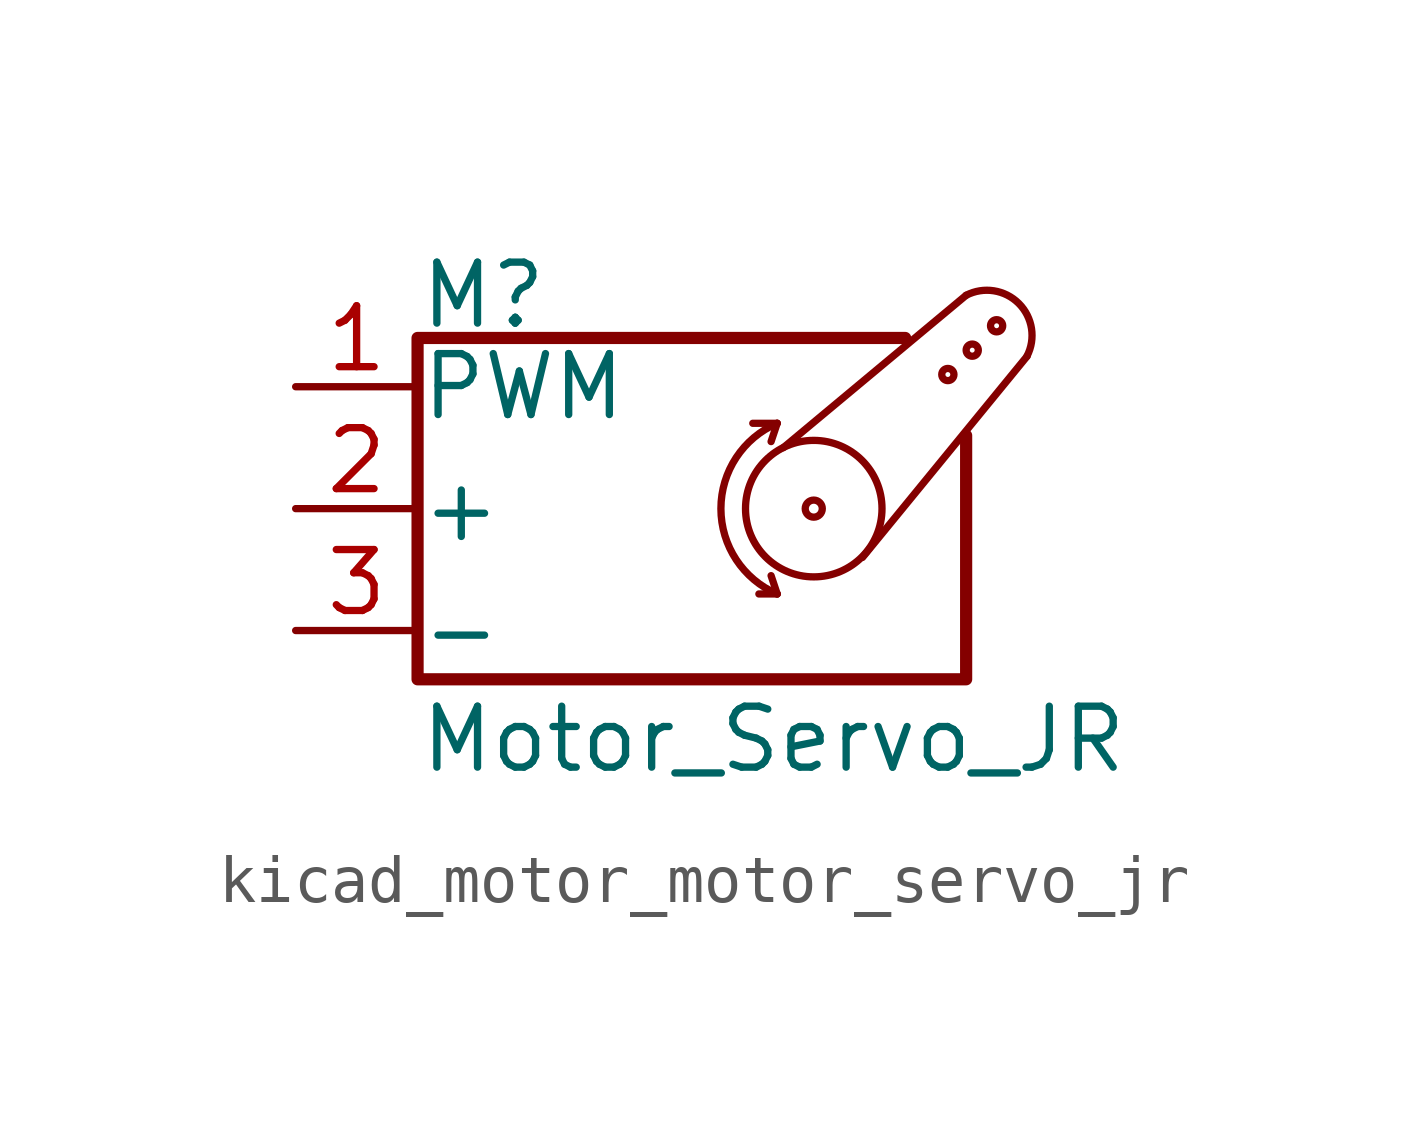
<source format=kicad_sym>
(kicad_symbol_lib
  (version 20220914)
  (generator kicad_symbol_editor)
  (symbol "kicad_motor_motor_servo_jr"
    (pin_names
      (offset 0.025))
    (property "Reference" "M"
      (at -5.08 4.445 0)
      (effects (font (size 1.27 1.27)) (justify left)))
    (property "Value" "Motor_Servo_JR"
      (at -5.08 -4.064 0)
      (effects (font (size 1.27 1.27)) (justify left top)))
    (symbol "kicad_motor_motor_servo_jr_0_1"
      (polyline (pts (xy 2.413 -1.778) (xy 2.032 -1.778)) (stroke (width 0) (type default)) (fill (type none)))
      (polyline (pts (xy 2.413 -1.778) (xy 2.286 -1.397)) (stroke (width 0) (type default)) (fill (type none)))
      (polyline (pts (xy 2.413 1.778) (xy 1.905 1.778)) (stroke (width 0) (type default)) (fill (type none)))
      (polyline (pts (xy 2.413 1.778) (xy 2.286 1.397)) (stroke (width 0) (type default)) (fill (type none)))
      (polyline (pts (xy 6.35 4.445) (xy 2.54 1.27)) (stroke (width 0) (type default)) (fill (type none)))
      (polyline (pts (xy 7.62 3.175) (xy 4.191 -1.016)) (stroke (width 0) (type default)) (fill (type none)))
      (polyline (pts (xy 5.08 3.556) (xy -5.08 3.556) (xy -5.08 -3.556) (xy 6.35 -3.556) (xy 6.35 1.524)) (stroke (width 0.254) (type default)) (fill (type none)))
      (arc (start 2.413 1.778) (mid 1.2406 0) (end 2.413 -1.778) (stroke (width 0) (type default)) (fill (type none)))
      (circle (center 3.175 0) (radius 0.178) (stroke (width 0) (type default)) (fill (type none)))
      (circle (center 3.175 0) (radius 1.422) (stroke (width 0) (type default)) (fill (type none)))
      (circle (center 5.969 2.794) (radius 0.127) (stroke (width 0) (type default)) (fill (type none)))
      (circle (center 6.477 3.302) (radius 0.127) (stroke (width 0) (type default)) (fill (type none)))
      (circle (center 6.985 3.81) (radius 0.127) (stroke (width 0) (type default)) (fill (type none)))
      (arc (start 7.62 3.175) (mid 7.4485 4.2735) (end 6.35 4.445) (stroke (width 0) (type default)) (fill (type none))))
    (symbol "kicad_motor_motor_servo_jr_1_1"
      (pin passive line (at -7.62 2.54 0) (length 2.54) (name "PWM" (effects (font (size 1.27 1.27)))) (number "1" (effects (font (size 1.27 1.27)))))
      (pin passive line (at -7.62 0 0) (length 2.54) (name "+" (effects (font (size 1.27 1.27)))) (number "2" (effects (font (size 1.27 1.27)))))
      (pin passive line (at -7.62 -2.54 0) (length 2.54) (name "-" (effects (font (size 1.27 1.27)))) (number "3" (effects (font (size 1.27 1.27))))))))
</source>
